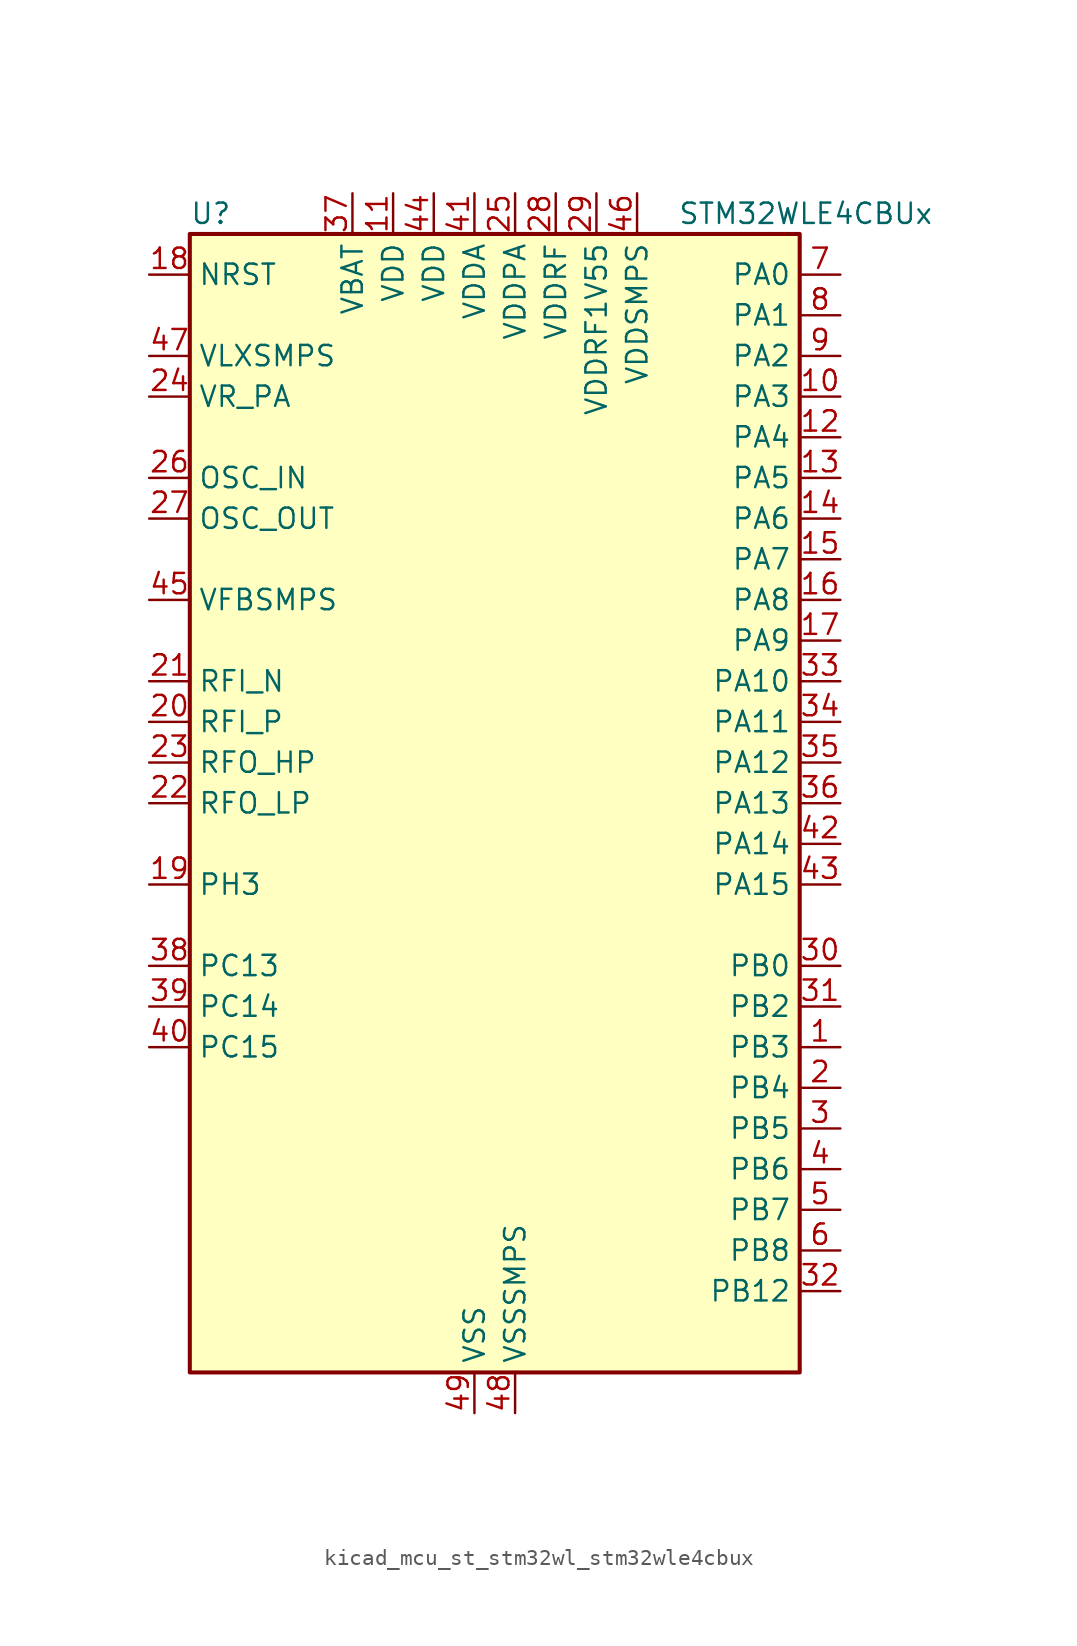
<source format=kicad_sym>
(kicad_symbol_lib
  (version 20220914)
  (generator kicad_symbol_editor)
  (symbol "kicad_mcu_st_stm32wl_stm32wle4cbux"
    (property "Reference" "U"
      (at -17.78 36.83 0)
      (effects (font (size 1.27 1.27)) (justify left)))
    (property "Value" "STM32WLE4CBUx"
      (at 12.7 36.83 0)
      (effects (font (size 1.27 1.27)) (justify left)))
    (property "ki_locked" ""
      (at 0 0 0)
      (effects (font (size 1.27 1.27))))
    (symbol "kicad_mcu_st_stm32wl_stm32wle4cbux_0_1"
      (rectangle (start -17.78 -35.56) (end 20.32 35.56) (stroke (width 0.254) (type default)) (fill (type background))))
    (symbol "kicad_mcu_st_stm32wl_stm32wle4cbux_1_1"
      (pin bidirectional line (at 22.86 -15.24 180) (length 2.54) (name "PB3" (effects (font (size 1.27 1.27)))) (number "1" (effects (font (size 1.27 1.27)))) (alternate "ADC_IN2" bidirectional line) (alternate "COMP1_INM" bidirectional line) (alternate "COMP2_INM" bidirectional line) (alternate "DEBUG_JTDO-SWO" bidirectional line) (alternate "DEBUG_RF-DTB1" bidirectional line) (alternate "PWR_WKUP3" bidirectional line) (alternate "RTC_TAMP_IN3" bidirectional line) (alternate "SPI1_SCK" bidirectional line) (alternate "TIM2_CH2" bidirectional line) (alternate "USART1_DE" bidirectional line) (alternate "USART1_RTS" bidirectional line))
      (pin bidirectional line (at 22.86 25.4 180) (length 2.54) (name "PA3" (effects (font (size 1.27 1.27)))) (number "10" (effects (font (size 1.27 1.27)))) (alternate "I2S2_MCK" bidirectional line) (alternate "LPUART1_RX" bidirectional line) (alternate "TIM2_CH4" bidirectional line) (alternate "USART2_RX" bidirectional line))
      (pin power_in line (at -5.08 38.1 270) (length 2.54) (name "VDD" (effects (font (size 1.27 1.27)))) (number "11" (effects (font (size 1.27 1.27)))))
      (pin bidirectional line (at 22.86 22.86 180) (length 2.54) (name "PA4" (effects (font (size 1.27 1.27)))) (number "12" (effects (font (size 1.27 1.27)))) (alternate "DEBUG_SUBGHZSPI-NSSOUT" bidirectional line) (alternate "LPTIM1_OUT" bidirectional line) (alternate "LPTIM2_OUT" bidirectional line) (alternate "RTC_OUT2" bidirectional line) (alternate "SPI1_NSS" bidirectional line) (alternate "USART2_CK" bidirectional line))
      (pin bidirectional line (at 22.86 20.32 180) (length 2.54) (name "PA5" (effects (font (size 1.27 1.27)))) (number "13" (effects (font (size 1.27 1.27)))) (alternate "DEBUG_SUBGHZSPI-SCKOUT" bidirectional line) (alternate "LPTIM2_ETR" bidirectional line) (alternate "SPI1_SCK" bidirectional line) (alternate "SPI2_MISO" bidirectional line) (alternate "TIM2_CH1" bidirectional line) (alternate "TIM2_ETR" bidirectional line))
      (pin bidirectional line (at 22.86 17.78 180) (length 2.54) (name "PA6" (effects (font (size 1.27 1.27)))) (number "14" (effects (font (size 1.27 1.27)))) (alternate "DEBUG_SUBGHZSPI-MISOOUT" bidirectional line) (alternate "I2C2_SMBA" bidirectional line) (alternate "LPUART1_CTS" bidirectional line) (alternate "SPI1_MISO" bidirectional line) (alternate "TIM16_CH1" bidirectional line) (alternate "TIM1_BKIN" bidirectional line))
      (pin bidirectional line (at 22.86 15.24 180) (length 2.54) (name "PA7" (effects (font (size 1.27 1.27)))) (number "15" (effects (font (size 1.27 1.27)))) (alternate "COMP2_OUT" bidirectional line) (alternate "DEBUG_SUBGHZSPI-MOSIOUT" bidirectional line) (alternate "I2C3_SCL" bidirectional line) (alternate "SPI1_MOSI" bidirectional line) (alternate "TIM17_CH1" bidirectional line) (alternate "TIM1_CH1N" bidirectional line))
      (pin bidirectional line (at 22.86 12.7 180) (length 2.54) (name "PA8" (effects (font (size 1.27 1.27)))) (number "16" (effects (font (size 1.27 1.27)))) (alternate "I2S2_CK" bidirectional line) (alternate "LPTIM2_OUT" bidirectional line) (alternate "RCC_MCO" bidirectional line) (alternate "SPI2_SCK" bidirectional line) (alternate "TIM1_CH1" bidirectional line) (alternate "USART1_CK" bidirectional line))
      (pin bidirectional line (at 22.86 10.16 180) (length 2.54) (name "PA9" (effects (font (size 1.27 1.27)))) (number "17" (effects (font (size 1.27 1.27)))) (alternate "DAC_EXTI9" bidirectional line) (alternate "I2C1_SCL" bidirectional line) (alternate "I2S2_CK" bidirectional line) (alternate "I2S2_WS" bidirectional line) (alternate "SPI2_NSS" bidirectional line) (alternate "SPI2_SCK" bidirectional line) (alternate "TIM1_CH2" bidirectional line) (alternate "USART1_TX" bidirectional line))
      (pin input line (at -20.32 33.02 0) (length 2.54) (name "NRST" (effects (font (size 1.27 1.27)))) (number "18" (effects (font (size 1.27 1.27)))))
      (pin bidirectional line (at -20.32 -5.08 0) (length 2.54) (name "PH3" (effects (font (size 1.27 1.27)))) (number "19" (effects (font (size 1.27 1.27)))))
      (pin bidirectional line (at 22.86 -17.78 180) (length 2.54) (name "PB4" (effects (font (size 1.27 1.27)))) (number "2" (effects (font (size 1.27 1.27)))) (alternate "ADC_IN3" bidirectional line) (alternate "COMP1_INP" bidirectional line) (alternate "COMP2_INP" bidirectional line) (alternate "DEBUG_JTRST" bidirectional line) (alternate "DEBUG_RF-LDORDY" bidirectional line) (alternate "I2C3_SDA" bidirectional line) (alternate "SPI1_MISO" bidirectional line) (alternate "TIM17_BKIN" bidirectional line) (alternate "USART1_CTS" bidirectional line) (alternate "USART1_NSS" bidirectional line))
      (pin bidirectional line (at -20.32 5.08 0) (length 2.54) (name "RFI_P" (effects (font (size 1.27 1.27)))) (number "20" (effects (font (size 1.27 1.27)))))
      (pin bidirectional line (at -20.32 7.62 0) (length 2.54) (name "RFI_N" (effects (font (size 1.27 1.27)))) (number "21" (effects (font (size 1.27 1.27)))))
      (pin bidirectional line (at -20.32 0 0) (length 2.54) (name "RFO_LP" (effects (font (size 1.27 1.27)))) (number "22" (effects (font (size 1.27 1.27)))))
      (pin bidirectional line (at -20.32 2.54 0) (length 2.54) (name "RFO_HP" (effects (font (size 1.27 1.27)))) (number "23" (effects (font (size 1.27 1.27)))))
      (pin power_in line (at -20.32 25.4 0) (length 2.54) (name "VR_PA" (effects (font (size 1.27 1.27)))) (number "24" (effects (font (size 1.27 1.27)))))
      (pin power_in line (at 2.54 38.1 270) (length 2.54) (name "VDDPA" (effects (font (size 1.27 1.27)))) (number "25" (effects (font (size 1.27 1.27)))))
      (pin input line (at -20.32 20.32 0) (length 2.54) (name "OSC_IN" (effects (font (size 1.27 1.27)))) (number "26" (effects (font (size 1.27 1.27)))) (alternate "RCC_OSC_IN" bidirectional line))
      (pin input line (at -20.32 17.78 0) (length 2.54) (name "OSC_OUT" (effects (font (size 1.27 1.27)))) (number "27" (effects (font (size 1.27 1.27)))) (alternate "RCC_OSC_OUT" bidirectional line))
      (pin power_in line (at 5.08 38.1 270) (length 2.54) (name "VDDRF" (effects (font (size 1.27 1.27)))) (number "28" (effects (font (size 1.27 1.27)))))
      (pin power_in line (at 7.62 38.1 270) (length 2.54) (name "VDDRF1V55" (effects (font (size 1.27 1.27)))) (number "29" (effects (font (size 1.27 1.27)))))
      (pin bidirectional line (at 22.86 -20.32 180) (length 2.54) (name "PB5" (effects (font (size 1.27 1.27)))) (number "3" (effects (font (size 1.27 1.27)))) (alternate "COMP2_OUT" bidirectional line) (alternate "I2C1_SMBA" bidirectional line) (alternate "LPTIM1_IN1" bidirectional line) (alternate "SPI1_MOSI" bidirectional line) (alternate "TIM16_BKIN" bidirectional line) (alternate "USART1_CK" bidirectional line))
      (pin bidirectional line (at 22.86 -10.16 180) (length 2.54) (name "PB0" (effects (font (size 1.27 1.27)))) (number "30" (effects (font (size 1.27 1.27)))) (alternate "COMP1_OUT" bidirectional line) (alternate "VDDTCXO" bidirectional line))
      (pin bidirectional line (at 22.86 -12.7 180) (length 2.54) (name "PB2" (effects (font (size 1.27 1.27)))) (number "31" (effects (font (size 1.27 1.27)))) (alternate "ADC_IN4" bidirectional line) (alternate "COMP1_INP" bidirectional line) (alternate "COMP2_INM" bidirectional line) (alternate "DEBUG_RF-SMPSRDY" bidirectional line) (alternate "I2C3_SMBA" bidirectional line) (alternate "LPTIM1_OUT" bidirectional line) (alternate "SPI1_NSS" bidirectional line))
      (pin bidirectional line (at 22.86 -30.48 180) (length 2.54) (name "PB12" (effects (font (size 1.27 1.27)))) (number "32" (effects (font (size 1.27 1.27)))) (alternate "I2C3_SMBA" bidirectional line) (alternate "I2S2_WS" bidirectional line) (alternate "LPUART1_RTS" bidirectional line) (alternate "SPI2_NSS" bidirectional line) (alternate "TIM1_BKIN" bidirectional line))
      (pin bidirectional line (at 22.86 7.62 180) (length 2.54) (name "PA10" (effects (font (size 1.27 1.27)))) (number "33" (effects (font (size 1.27 1.27)))) (alternate "ADC_IN6" bidirectional line) (alternate "COMP1_INM" bidirectional line) (alternate "COMP2_INM" bidirectional line) (alternate "DAC_OUT1" bidirectional line) (alternate "DEBUG_RF-HSE32RDY" bidirectional line) (alternate "I2C1_SDA" bidirectional line) (alternate "I2S2_SD" bidirectional line) (alternate "RTC_REFIN" bidirectional line) (alternate "SPI2_MOSI" bidirectional line) (alternate "TIM17_BKIN" bidirectional line) (alternate "TIM1_CH3" bidirectional line) (alternate "USART1_RX" bidirectional line))
      (pin bidirectional line (at 22.86 5.08 180) (length 2.54) (name "PA11" (effects (font (size 1.27 1.27)))) (number "34" (effects (font (size 1.27 1.27)))) (alternate "ADC_EXTI11" bidirectional line) (alternate "ADC_IN7" bidirectional line) (alternate "COMP1_INM" bidirectional line) (alternate "COMP2_INM" bidirectional line) (alternate "DEBUG_RF-NRESET" bidirectional line) (alternate "I2C2_SDA" bidirectional line) (alternate "LPTIM3_ETR" bidirectional line) (alternate "SPI1_MISO" bidirectional line) (alternate "TIM1_BKIN2" bidirectional line) (alternate "TIM1_CH4" bidirectional line) (alternate "USART1_CTS" bidirectional line) (alternate "USART1_NSS" bidirectional line))
      (pin bidirectional line (at 22.86 2.54 180) (length 2.54) (name "PA12" (effects (font (size 1.27 1.27)))) (number "35" (effects (font (size 1.27 1.27)))) (alternate "ADC_IN8" bidirectional line) (alternate "DEBUG_RF-BUSY" bidirectional line) (alternate "I2C2_SCL" bidirectional line) (alternate "LPTIM3_IN1" bidirectional line) (alternate "SPI1_MOSI" bidirectional line) (alternate "TIM1_ETR" bidirectional line) (alternate "USART1_DE" bidirectional line) (alternate "USART1_RTS" bidirectional line))
      (pin bidirectional line (at 22.86 0 180) (length 2.54) (name "PA13" (effects (font (size 1.27 1.27)))) (number "36" (effects (font (size 1.27 1.27)))) (alternate "ADC_IN9" bidirectional line) (alternate "DEBUG_JTMS-SWDIO" bidirectional line) (alternate "I2C2_SMBA" bidirectional line) (alternate "IR_OUT" bidirectional line))
      (pin power_in line (at -7.62 38.1 270) (length 2.54) (name "VBAT" (effects (font (size 1.27 1.27)))) (number "37" (effects (font (size 1.27 1.27)))))
      (pin bidirectional line (at -20.32 -10.16 0) (length 2.54) (name "PC13" (effects (font (size 1.27 1.27)))) (number "38" (effects (font (size 1.27 1.27)))) (alternate "PWR_WKUP2" bidirectional line) (alternate "RTC_OUT1" bidirectional line) (alternate "RTC_TAMP_IN1" bidirectional line) (alternate "RTC_TS" bidirectional line))
      (pin bidirectional line (at -20.32 -12.7 0) (length 2.54) (name "PC14" (effects (font (size 1.27 1.27)))) (number "39" (effects (font (size 1.27 1.27)))) (alternate "RCC_OSC32_IN" bidirectional line))
      (pin bidirectional line (at 22.86 -22.86 180) (length 2.54) (name "PB6" (effects (font (size 1.27 1.27)))) (number "4" (effects (font (size 1.27 1.27)))) (alternate "I2C1_SCL" bidirectional line) (alternate "LPTIM1_ETR" bidirectional line) (alternate "TIM16_CH1N" bidirectional line) (alternate "USART1_TX" bidirectional line))
      (pin bidirectional line (at -20.32 -15.24 0) (length 2.54) (name "PC15" (effects (font (size 1.27 1.27)))) (number "40" (effects (font (size 1.27 1.27)))) (alternate "RCC_OSC32_OUT" bidirectional line))
      (pin power_in line (at 0 38.1 270) (length 2.54) (name "VDDA" (effects (font (size 1.27 1.27)))) (number "41" (effects (font (size 1.27 1.27)))))
      (pin bidirectional line (at 22.86 -2.54 180) (length 2.54) (name "PA14" (effects (font (size 1.27 1.27)))) (number "42" (effects (font (size 1.27 1.27)))) (alternate "ADC_IN10" bidirectional line) (alternate "DEBUG_JTCK-SWCLK" bidirectional line) (alternate "I2C1_SMBA" bidirectional line) (alternate "LPTIM1_OUT" bidirectional line))
      (pin bidirectional line (at 22.86 -5.08 180) (length 2.54) (name "PA15" (effects (font (size 1.27 1.27)))) (number "43" (effects (font (size 1.27 1.27)))) (alternate "ADC_IN11" bidirectional line) (alternate "COMP1_INM" bidirectional line) (alternate "COMP2_INP" bidirectional line) (alternate "DEBUG_JTDI" bidirectional line) (alternate "I2C2_SDA" bidirectional line) (alternate "SPI1_NSS" bidirectional line) (alternate "TIM2_CH1" bidirectional line) (alternate "TIM2_ETR" bidirectional line))
      (pin power_in line (at -2.54 38.1 270) (length 2.54) (name "VDD" (effects (font (size 1.27 1.27)))) (number "44" (effects (font (size 1.27 1.27)))))
      (pin input line (at -20.32 12.7 0) (length 2.54) (name "VFBSMPS" (effects (font (size 1.27 1.27)))) (number "45" (effects (font (size 1.27 1.27)))))
      (pin power_in line (at 10.16 38.1 270) (length 2.54) (name "VDDSMPS" (effects (font (size 1.27 1.27)))) (number "46" (effects (font (size 1.27 1.27)))))
      (pin power_in line (at -20.32 27.94 0) (length 2.54) (name "VLXSMPS" (effects (font (size 1.27 1.27)))) (number "47" (effects (font (size 1.27 1.27)))))
      (pin power_in line (at 2.54 -38.1 90) (length 2.54) (name "VSSSMPS" (effects (font (size 1.27 1.27)))) (number "48" (effects (font (size 1.27 1.27)))))
      (pin power_in line (at 0 -38.1 90) (length 2.54) (name "VSS" (effects (font (size 1.27 1.27)))) (number "49" (effects (font (size 1.27 1.27)))))
      (pin bidirectional line (at 22.86 -25.4 180) (length 2.54) (name "PB7" (effects (font (size 1.27 1.27)))) (number "5" (effects (font (size 1.27 1.27)))) (alternate "I2C1_SDA" bidirectional line) (alternate "LPTIM1_IN2" bidirectional line) (alternate "PWR_PVD_IN" bidirectional line) (alternate "TIM17_CH1N" bidirectional line) (alternate "TIM1_BKIN" bidirectional line) (alternate "USART1_RX" bidirectional line))
      (pin bidirectional line (at 22.86 -27.94 180) (length 2.54) (name "PB8" (effects (font (size 1.27 1.27)))) (number "6" (effects (font (size 1.27 1.27)))) (alternate "I2C1_SCL" bidirectional line) (alternate "TIM16_CH1" bidirectional line) (alternate "TIM1_CH2N" bidirectional line))
      (pin bidirectional line (at 22.86 33.02 180) (length 2.54) (name "PA0" (effects (font (size 1.27 1.27)))) (number "7" (effects (font (size 1.27 1.27)))) (alternate "COMP1_OUT" bidirectional line) (alternate "DEBUG_PWR-REGLP1S" bidirectional line) (alternate "I2C3_SMBA" bidirectional line) (alternate "I2S_CKIN" bidirectional line) (alternate "PWR_WKUP1" bidirectional line) (alternate "RTC_TAMP_IN2" bidirectional line) (alternate "TIM2_CH1" bidirectional line) (alternate "TIM2_ETR" bidirectional line) (alternate "USART2_CTS" bidirectional line) (alternate "USART2_NSS" bidirectional line))
      (pin bidirectional line (at 22.86 30.48 180) (length 2.54) (name "PA1" (effects (font (size 1.27 1.27)))) (number "8" (effects (font (size 1.27 1.27)))) (alternate "DEBUG_PWR-REGLP2S" bidirectional line) (alternate "I2C1_SMBA" bidirectional line) (alternate "LPTIM3_OUT" bidirectional line) (alternate "LPUART1_RTS" bidirectional line) (alternate "SPI1_SCK" bidirectional line) (alternate "TIM2_CH2" bidirectional line) (alternate "USART2_DE" bidirectional line) (alternate "USART2_RTS" bidirectional line))
      (pin bidirectional line (at 22.86 27.94 180) (length 2.54) (name "PA2" (effects (font (size 1.27 1.27)))) (number "9" (effects (font (size 1.27 1.27)))) (alternate "COMP2_OUT" bidirectional line) (alternate "DEBUG_PWR-LDORDY" bidirectional line) (alternate "LPUART1_TX" bidirectional line) (alternate "RCC_LSCO" bidirectional line) (alternate "TIM2_CH3" bidirectional line) (alternate "USART2_TX" bidirectional line)))))
</source>
